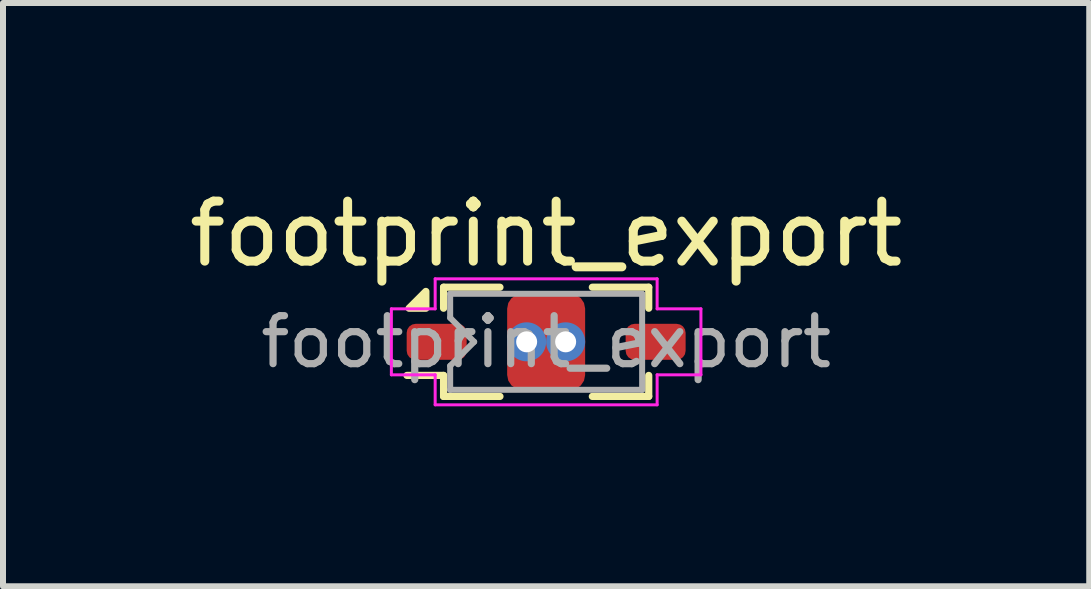
<source format=kicad_pcb>
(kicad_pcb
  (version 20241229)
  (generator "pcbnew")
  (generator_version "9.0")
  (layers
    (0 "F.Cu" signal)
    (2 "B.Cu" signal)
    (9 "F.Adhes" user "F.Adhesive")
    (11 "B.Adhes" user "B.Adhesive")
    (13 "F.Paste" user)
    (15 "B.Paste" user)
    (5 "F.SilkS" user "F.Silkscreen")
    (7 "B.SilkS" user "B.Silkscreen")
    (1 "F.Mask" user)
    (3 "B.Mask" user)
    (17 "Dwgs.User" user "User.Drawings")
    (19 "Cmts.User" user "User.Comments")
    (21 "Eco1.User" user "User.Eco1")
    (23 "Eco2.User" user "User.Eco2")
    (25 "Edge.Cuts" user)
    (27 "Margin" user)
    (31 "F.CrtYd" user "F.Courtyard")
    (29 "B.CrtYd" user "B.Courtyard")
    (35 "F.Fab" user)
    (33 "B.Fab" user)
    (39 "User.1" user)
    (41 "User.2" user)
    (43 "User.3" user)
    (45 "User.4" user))
  (footprint "footprint_export"
    (layer "F.Cu")
    (at 6.054 2.648)
    (property "Reference" "footprint_export" (at 0 -1.8 0) (layer "F.SilkS") (effects (font (size 1 1) (thickness 0.15))))
    (attr smd)
    (fp_line (start -1.71 -0.91) (end -1.71 -0.56) (stroke (width 0.12) (type solid)) (layer "F.SilkS"))
    (fp_line (start -1.71 0.56) (end -2.32 0.56) (stroke (width 0.12) (type solid)) (layer "F.SilkS"))
    (fp_line (start -1.71 0.56) (end -1.71 0.91) (stroke (width 0.12) (type solid)) (layer "F.SilkS"))
    (fp_line (start -0.77 -0.91) (end -1.71 -0.91) (stroke (width 0.12) (type solid)) (layer "F.SilkS"))
    (fp_line (start -0.77 0.91) (end -1.71 0.91) (stroke (width 0.12) (type solid)) (layer "F.SilkS"))
    (fp_line (start 1.71 -0.91) (end 0.77 -0.91) (stroke (width 0.12) (type solid)) (layer "F.SilkS"))
    (fp_line (start 1.71 -0.91) (end 1.71 -0.56) (stroke (width 0.12) (type solid)) (layer "F.SilkS"))
    (fp_line (start 1.71 0.56) (end 1.71 0.91) (stroke (width 0.12) (type solid)) (layer "F.SilkS"))
    (fp_line (start 1.71 0.91) (end 0.77 0.91) (stroke (width 0.12) (type solid)) (layer "F.SilkS"))
    (fp_poly (pts (xy -2.005 -0.56) (xy -2.285 -0.56) (xy -2.005 -0.84) (xy -2.005 -0.56)) (stroke (width 0.12) (type solid)) (fill yes) (layer "F.SilkS"))
    (fp_line (start -2.58 -0.55) (end -1.85 -0.55) (stroke (width 0.05) (type solid)) (layer "F.CrtYd"))
    (fp_line (start -2.58 0.55) (end -2.58 -0.55) (stroke (width 0.05) (type solid)) (layer "F.CrtYd"))
    (fp_line (start -2.58 0.55) (end -1.85 0.55) (stroke (width 0.05) (type solid)) (layer "F.CrtYd"))
    (fp_line (start -1.85 -1.05) (end -1.85 -0.55) (stroke (width 0.05) (type solid)) (layer "F.CrtYd"))
    (fp_line (start -1.85 -1.05) (end 1.85 -1.05) (stroke (width 0.05) (type solid)) (layer "F.CrtYd"))
    (fp_line (start -1.85 0.55) (end -1.85 1.05) (stroke (width 0.05) (type solid)) (layer "F.CrtYd"))
    (fp_line (start -1.85 1.05) (end 1.85 1.05) (stroke (width 0.05) (type solid)) (layer "F.CrtYd"))
    (fp_line (start 1.85 -1.05) (end 1.85 -0.55) (stroke (width 0.05) (type solid)) (layer "F.CrtYd"))
    (fp_line (start 1.85 -0.55) (end 2.58 -0.55) (stroke (width 0.05) (type solid)) (layer "F.CrtYd"))
    (fp_line (start 1.85 0.55) (end 1.85 1.05) (stroke (width 0.05) (type solid)) (layer "F.CrtYd"))
    (fp_line (start 1.85 0.55) (end 2.58 0.55) (stroke (width 0.05) (type solid)) (layer "F.CrtYd"))
    (fp_line (start 2.58 0.55) (end 2.58 -0.55) (stroke (width 0.05) (type solid)) (layer "F.CrtYd"))
    (fp_line (start -1.6 -0.8) (end -1.6 -0.4) (stroke (width 0.1) (type solid)) (layer "F.Fab"))
    (fp_line (start -1.6 0.4) (end -1.6 0.8) (stroke (width 0.1) (type solid)) (layer "F.Fab"))
    (fp_line (start -1.6 0.4) (end -1.2 0) (stroke (width 0.1) (type solid)) (layer "F.Fab"))
    (fp_line (start -1.6 0.8) (end 1.6 0.8) (stroke (width 0.1) (type solid)) (layer "F.Fab"))
    (fp_line (start -1.2 0) (end -1.6 -0.4) (stroke (width 0.1) (type solid)) (layer "F.Fab"))
    (fp_line (start 1.6 -0.8) (end -1.6 -0.8) (stroke (width 0.1) (type solid)) (layer "F.Fab"))
    (fp_line (start 1.6 0.8) (end 1.6 -0.8) (stroke (width 0.1) (type solid)) (layer "F.Fab"))
    (fp_text user "${REFERENCE}" (at 0 0 0) (layer "F.Fab") (effects (font (size 0.8 0.8) (thickness 0.12))))
    (pad "1" smd roundrect (at -1.825 0) (size 1 0.6) (layers "F.Cu" "F.Mask" "F.Paste") (roundrect_rratio 0.25))
    (pad "2" thru_hole circle (at -0.325 0) (size 0.65 0.65) (drill 0.35) (layers "*.Cu" "*.Mask"))
    (pad "2" smd roundrect (at 0 0) (size 1.3 1.6) (layers "F.Cu" "F.Mask" "F.Paste") (roundrect_rratio 0.19))
    (pad "2" thru_hole circle (at 0.325 0) (size 0.65 0.65) (drill 0.35) (layers "*.Cu" "*.Mask"))
    (pad "3" smd roundrect (at 1.825 0) (size 1 0.6) (layers "F.Cu" "F.Mask" "F.Paste") (roundrect_rratio 0.25)))
  (gr_rect
    (start -3 -3)
    (end 15.107 6.723)
    (stroke (width 0.1) (type default))
    (fill no)
    (layer "Edge.Cuts")))
</source>
